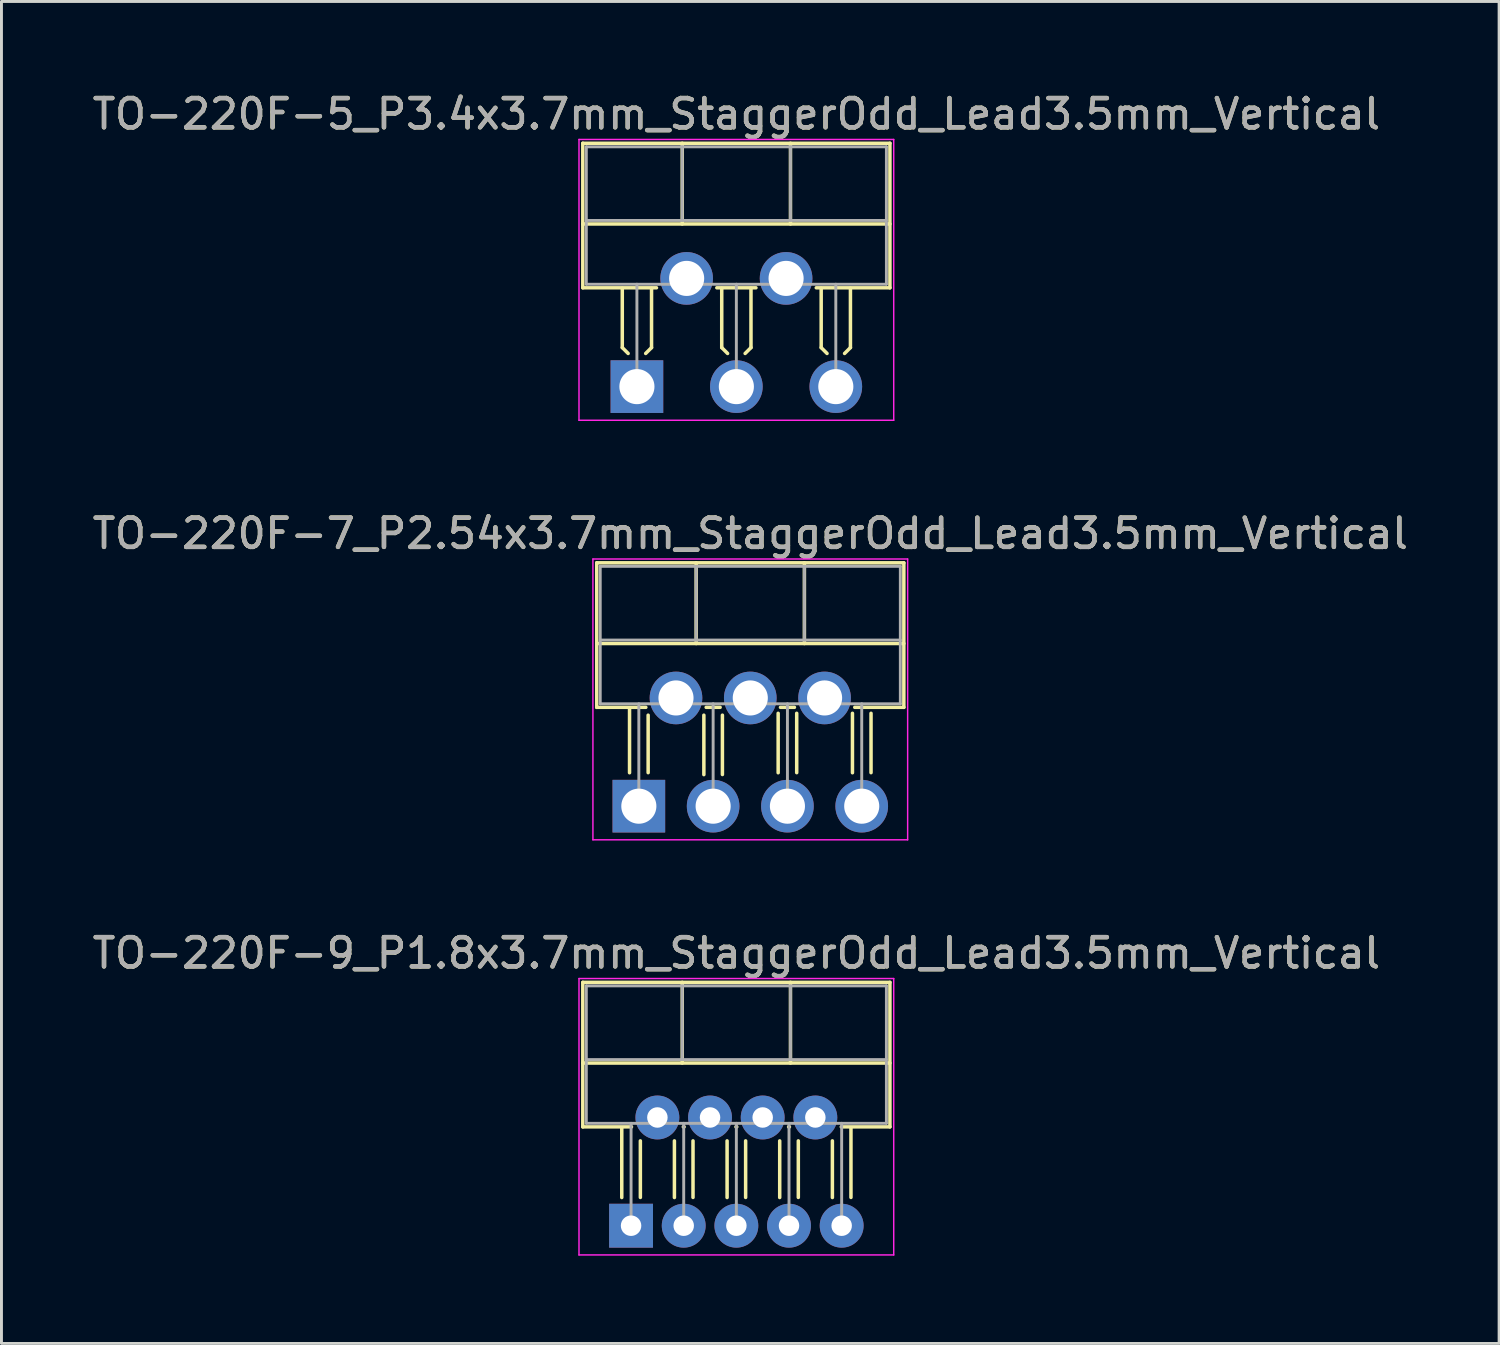
<source format=kicad_pcb>
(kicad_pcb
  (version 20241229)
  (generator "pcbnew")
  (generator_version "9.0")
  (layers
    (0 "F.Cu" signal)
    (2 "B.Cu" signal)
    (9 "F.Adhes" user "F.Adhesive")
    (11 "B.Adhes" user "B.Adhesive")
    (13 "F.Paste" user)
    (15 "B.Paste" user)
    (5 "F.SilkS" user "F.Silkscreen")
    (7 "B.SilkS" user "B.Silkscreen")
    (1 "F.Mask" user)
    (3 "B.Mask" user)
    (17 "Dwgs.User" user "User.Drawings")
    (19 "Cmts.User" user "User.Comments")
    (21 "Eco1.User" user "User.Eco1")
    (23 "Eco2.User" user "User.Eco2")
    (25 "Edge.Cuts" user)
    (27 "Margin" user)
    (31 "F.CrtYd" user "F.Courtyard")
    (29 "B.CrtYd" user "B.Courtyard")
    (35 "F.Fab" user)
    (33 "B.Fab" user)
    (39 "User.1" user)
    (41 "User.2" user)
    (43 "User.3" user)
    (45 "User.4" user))
  (footprint "TO-220F-9_P1.8x3.7mm_StaggerOdd_Lead3.5mm_Vertical"
    (layer "F.Cu")
    (at 18.525 38.855)
    (property "Reference" "TO-220F-9_P1.8x3.7mm_StaggerOdd_Lead3.5mm_Vertical" (at 3.6 -9.32 0) (layer "F.SilkS") (effects (font (size 1 1) (thickness 0.15))))
    (attr through_hole)
    (fp_line (start -1.65 -8.32) (end -1.65 -3.379) (stroke (width 0.12) (type solid)) (layer "F.SilkS"))
    (fp_line (start -1.65 -8.32) (end 8.85 -8.32) (stroke (width 0.12) (type solid)) (layer "F.SilkS"))
    (fp_line (start -1.65 -5.561) (end 8.85 -5.561) (stroke (width 0.12) (type solid)) (layer "F.SilkS"))
    (fp_line (start -1.65 -3.379) (end 0.014 -3.379) (stroke (width 0.12) (type solid)) (layer "F.SilkS"))
    (fp_line (start -0.318 -3.35) (end -0.318 -0.964) (stroke (width 0.12) (type solid)) (layer "F.SilkS"))
    (fp_line (start 0.318 -2.9) (end 0.318 -0.967) (stroke (width 0.12) (type solid)) (layer "F.SilkS"))
    (fp_line (start 1.482 -2.9) (end 1.482 -0.964) (stroke (width 0.12) (type solid)) (layer "F.SilkS"))
    (fp_line (start 1.75 -8.32) (end 1.75 -5.561) (stroke (width 0.12) (type solid)) (layer "F.SilkS"))
    (fp_line (start 1.787 -3.379) (end 1.814 -3.379) (stroke (width 0.12) (type solid)) (layer "F.SilkS"))
    (fp_line (start 2.118 -2.9) (end 2.118 -0.967) (stroke (width 0.12) (type solid)) (layer "F.SilkS"))
    (fp_line (start 3.283 -2.9) (end 3.283 -0.964) (stroke (width 0.12) (type solid)) (layer "F.SilkS"))
    (fp_line (start 3.587 -3.379) (end 3.614 -3.379) (stroke (width 0.12) (type solid)) (layer "F.SilkS"))
    (fp_line (start 3.917 -2.9) (end 3.917 -0.967) (stroke (width 0.12) (type solid)) (layer "F.SilkS"))
    (fp_line (start 5.082 -2.9) (end 5.082 -0.964) (stroke (width 0.12) (type solid)) (layer "F.SilkS"))
    (fp_line (start 5.387 -3.379) (end 5.414 -3.379) (stroke (width 0.12) (type solid)) (layer "F.SilkS"))
    (fp_line (start 5.45 -8.32) (end 5.45 -5.561) (stroke (width 0.12) (type solid)) (layer "F.SilkS"))
    (fp_line (start 5.718 -2.9) (end 5.718 -0.967) (stroke (width 0.12) (type solid)) (layer "F.SilkS"))
    (fp_line (start 6.883 -2.9) (end 6.883 -0.964) (stroke (width 0.12) (type solid)) (layer "F.SilkS"))
    (fp_line (start 7.187 -3.379) (end 8.85 -3.379) (stroke (width 0.12) (type solid)) (layer "F.SilkS"))
    (fp_line (start 7.518 -3.35) (end 7.518 -0.967) (stroke (width 0.12) (type solid)) (layer "F.SilkS"))
    (fp_line (start 8.85 -8.32) (end 8.85 -3.379) (stroke (width 0.12) (type solid)) (layer "F.SilkS"))
    (fp_line (start -1.78 -8.45) (end -1.78 1) (stroke (width 0.05) (type solid)) (layer "F.CrtYd"))
    (fp_line (start -1.78 1) (end 8.98 1) (stroke (width 0.05) (type solid)) (layer "F.CrtYd"))
    (fp_line (start 8.98 -8.45) (end -1.78 -8.45) (stroke (width 0.05) (type solid)) (layer "F.CrtYd"))
    (fp_line (start 8.98 1) (end 8.98 -8.45) (stroke (width 0.05) (type solid)) (layer "F.CrtYd"))
    (fp_line (start -1.53 -8.2) (end -1.53 -3.5) (stroke (width 0.1) (type solid)) (layer "F.Fab"))
    (fp_line (start -1.53 -5.68) (end 8.73 -5.68) (stroke (width 0.1) (type solid)) (layer "F.Fab"))
    (fp_line (start -1.53 -3.5) (end 8.73 -3.5) (stroke (width 0.1) (type solid)) (layer "F.Fab"))
    (fp_line (start 0 -3.5) (end 0 0) (stroke (width 0.1) (type solid)) (layer "F.Fab"))
    (fp_line (start 1.75 -8.2) (end 1.75 -5.68) (stroke (width 0.1) (type solid)) (layer "F.Fab"))
    (fp_line (start 1.8 -3.5) (end 1.8 0) (stroke (width 0.1) (type solid)) (layer "F.Fab"))
    (fp_line (start 3.6 -3.5) (end 3.6 0) (stroke (width 0.1) (type solid)) (layer "F.Fab"))
    (fp_line (start 5.4 -3.5) (end 5.4 0) (stroke (width 0.1) (type solid)) (layer "F.Fab"))
    (fp_line (start 5.45 -8.2) (end 5.45 -5.68) (stroke (width 0.1) (type solid)) (layer "F.Fab"))
    (fp_line (start 7.2 -3.5) (end 7.2 0) (stroke (width 0.1) (type solid)) (layer "F.Fab"))
    (fp_line (start 8.73 -8.2) (end -1.53 -8.2) (stroke (width 0.1) (type solid)) (layer "F.Fab"))
    (fp_line (start 8.73 -3.5) (end 8.73 -8.2) (stroke (width 0.1) (type solid)) (layer "F.Fab"))
    (fp_text user "${REFERENCE}" (at 3.6 -9.32 0) (layer "F.Fab") (effects (font (size 1 1) (thickness 0.15))))
    (pad "1" thru_hole rect (at 0 0) (size 1.5 1.5) (drill 0.7) (layers "*.Cu" "*.Mask"))
    (pad "2" thru_hole oval (at 0.9 -3.7) (size 1.5 1.5) (drill 0.7) (layers "*.Cu" "*.Mask"))
    (pad "3" thru_hole oval (at 1.8 0) (size 1.5 1.5) (drill 0.7) (layers "*.Cu" "*.Mask"))
    (pad "4" thru_hole oval (at 2.7 -3.7) (size 1.5 1.5) (drill 0.7) (layers "*.Cu" "*.Mask"))
    (pad "5" thru_hole oval (at 3.6 0) (size 1.5 1.5) (drill 0.7) (layers "*.Cu" "*.Mask"))
    (pad "6" thru_hole oval (at 4.5 -3.7) (size 1.5 1.5) (drill 0.7) (layers "*.Cu" "*.Mask"))
    (pad "7" thru_hole oval (at 5.4 0) (size 1.5 1.5) (drill 0.7) (layers "*.Cu" "*.Mask"))
    (pad "8" thru_hole oval (at 6.3 -3.7) (size 1.5 1.5) (drill 0.7) (layers "*.Cu" "*.Mask"))
    (pad "9" thru_hole oval (at 7.2 0) (size 1.5 1.5) (drill 0.7) (layers "*.Cu" "*.Mask")))
  (footprint "TO-220F-5_P3.4x3.7mm_StaggerOdd_Lead3.5mm_Vertical"
    (layer "F.Cu")
    (at 18.725 10.168)
    (property "Reference" "TO-220F-5_P3.4x3.7mm_StaggerOdd_Lead3.5mm_Vertical" (at 3.4 -9.32 0) (layer "F.SilkS") (effects (font (size 1 1) (thickness 0.15))))
    (attr through_hole)
    (fp_line (start -1.85 -8.32) (end -1.85 -3.379) (stroke (width 0.12) (type solid)) (layer "F.SilkS"))
    (fp_line (start -1.85 -8.32) (end 8.65 -8.32) (stroke (width 0.12) (type solid)) (layer "F.SilkS"))
    (fp_line (start -1.85 -5.561) (end 8.65 -5.561) (stroke (width 0.12) (type solid)) (layer "F.SilkS"))
    (fp_line (start -1.85 -3.379) (end 0.669 -3.379) (stroke (width 0.12) (type solid)) (layer "F.SilkS"))
    (fp_line (start -0.5 -3.363) (end -0.5 -1.334) (stroke (width 0.12) (type solid)) (layer "F.SilkS"))
    (fp_line (start -0.5 -1.334) (end -0.3 -1.134) (stroke (width 0.12) (type solid)) (layer "F.SilkS"))
    (fp_line (start 0.5 -3.363) (end 0.5 -1.334) (stroke (width 0.12) (type solid)) (layer "F.SilkS"))
    (fp_line (start 0.5 -1.334) (end 0.3 -1.134) (stroke (width 0.12) (type solid)) (layer "F.SilkS"))
    (fp_line (start 1.55 -8.32) (end 1.55 -5.561) (stroke (width 0.12) (type solid)) (layer "F.SilkS"))
    (fp_line (start 2.732 -3.379) (end 4.069 -3.379) (stroke (width 0.12) (type solid)) (layer "F.SilkS"))
    (fp_line (start 2.9 -3.363) (end 2.9 -1.334) (stroke (width 0.12) (type solid)) (layer "F.SilkS"))
    (fp_line (start 2.9 -1.334) (end 3.1 -1.134) (stroke (width 0.12) (type solid)) (layer "F.SilkS"))
    (fp_line (start 3.9 -3.363) (end 3.9 -1.334) (stroke (width 0.12) (type solid)) (layer "F.SilkS"))
    (fp_line (start 3.9 -1.334) (end 3.7 -1.134) (stroke (width 0.12) (type solid)) (layer "F.SilkS"))
    (fp_line (start 5.25 -8.32) (end 5.25 -5.561) (stroke (width 0.12) (type solid)) (layer "F.SilkS"))
    (fp_line (start 6.132 -3.379) (end 8.65 -3.379) (stroke (width 0.12) (type solid)) (layer "F.SilkS"))
    (fp_line (start 6.3 -3.363) (end 6.3 -1.334) (stroke (width 0.12) (type solid)) (layer "F.SilkS"))
    (fp_line (start 6.3 -1.334) (end 6.5 -1.134) (stroke (width 0.12) (type solid)) (layer "F.SilkS"))
    (fp_line (start 7.3 -3.363) (end 7.3 -1.334) (stroke (width 0.12) (type solid)) (layer "F.SilkS"))
    (fp_line (start 7.3 -1.334) (end 7.1 -1.134) (stroke (width 0.12) (type solid)) (layer "F.SilkS"))
    (fp_line (start 8.65 -8.32) (end 8.65 -3.379) (stroke (width 0.12) (type solid)) (layer "F.SilkS"))
    (fp_line (start -1.98 -8.45) (end -1.98 1.15) (stroke (width 0.05) (type solid)) (layer "F.CrtYd"))
    (fp_line (start -1.98 1.15) (end 8.78 1.15) (stroke (width 0.05) (type solid)) (layer "F.CrtYd"))
    (fp_line (start 8.78 -8.45) (end -1.98 -8.45) (stroke (width 0.05) (type solid)) (layer "F.CrtYd"))
    (fp_line (start 8.78 1.15) (end 8.78 -8.45) (stroke (width 0.05) (type solid)) (layer "F.CrtYd"))
    (fp_line (start -1.73 -8.2) (end -1.73 -3.5) (stroke (width 0.1) (type solid)) (layer "F.Fab"))
    (fp_line (start -1.73 -5.68) (end 8.53 -5.68) (stroke (width 0.1) (type solid)) (layer "F.Fab"))
    (fp_line (start -1.73 -3.5) (end 8.53 -3.5) (stroke (width 0.1) (type solid)) (layer "F.Fab"))
    (fp_line (start 0 -3.5) (end 0 0) (stroke (width 0.1) (type solid)) (layer "F.Fab"))
    (fp_line (start 1.55 -8.2) (end 1.55 -5.68) (stroke (width 0.1) (type solid)) (layer "F.Fab"))
    (fp_line (start 3.4 -3.5) (end 3.4 0) (stroke (width 0.1) (type solid)) (layer "F.Fab"))
    (fp_line (start 5.25 -8.2) (end 5.25 -5.68) (stroke (width 0.1) (type solid)) (layer "F.Fab"))
    (fp_line (start 6.8 -3.5) (end 6.8 0) (stroke (width 0.1) (type solid)) (layer "F.Fab"))
    (fp_line (start 8.53 -8.2) (end -1.73 -8.2) (stroke (width 0.1) (type solid)) (layer "F.Fab"))
    (fp_line (start 8.53 -3.5) (end 8.53 -8.2) (stroke (width 0.1) (type solid)) (layer "F.Fab"))
    (fp_text user "${REFERENCE}" (at 3.4 -9.32 0) (layer "F.Fab") (effects (font (size 1 1) (thickness 0.15))))
    (pad "1" thru_hole rect (at 0 0) (size 1.8 1.8) (drill 1.2) (layers "*.Cu" "*.Mask"))
    (pad "2" thru_hole oval (at 1.7 -3.7) (size 1.8 1.8) (drill 1.2) (layers "*.Cu" "*.Mask"))
    (pad "3" thru_hole oval (at 3.4 0) (size 1.8 1.8) (drill 1.2) (layers "*.Cu" "*.Mask"))
    (pad "4" thru_hole oval (at 5.1 -3.7) (size 1.8 1.8) (drill 1.2) (layers "*.Cu" "*.Mask"))
    (pad "5" thru_hole oval (at 6.8 0) (size 1.8 1.8) (drill 1.2) (layers "*.Cu" "*.Mask")))
  (footprint "TO-220F-7_P2.54x3.7mm_StaggerOdd_Lead3.5mm_Vertical"
    (layer "F.Cu")
    (at 18.791 24.512)
    (property "Reference" "TO-220F-7_P2.54x3.7mm_StaggerOdd_Lead3.5mm_Vertical" (at 3.81 -9.32 0) (layer "F.SilkS") (effects (font (size 1 1) (thickness 0.15))))
    (attr through_hole)
    (fp_line (start -1.44 -8.32) (end -1.44 -3.379) (stroke (width 0.12) (type solid)) (layer "F.SilkS"))
    (fp_line (start -1.44 -8.32) (end 9.06 -8.32) (stroke (width 0.12) (type solid)) (layer "F.SilkS"))
    (fp_line (start -1.44 -5.561) (end 9.06 -5.561) (stroke (width 0.12) (type solid)) (layer "F.SilkS"))
    (fp_line (start -1.44 -3.379) (end 0.239 -3.379) (stroke (width 0.12) (type solid)) (layer "F.SilkS"))
    (fp_line (start -0.318 -3.365) (end -0.318 -1.143) (stroke (width 0.12) (type solid)) (layer "F.SilkS"))
    (fp_line (start 0.318 -3.111) (end 0.318 -1.146) (stroke (width 0.12) (type solid)) (layer "F.SilkS"))
    (fp_line (start 1.96 -8.32) (end 1.96 -5.561) (stroke (width 0.12) (type solid)) (layer "F.SilkS"))
    (fp_line (start 2.223 -3.111) (end 2.223 -1.079) (stroke (width 0.12) (type solid)) (layer "F.SilkS"))
    (fp_line (start 2.302 -3.379) (end 2.779 -3.379) (stroke (width 0.12) (type solid)) (layer "F.SilkS"))
    (fp_line (start 2.857 -3.111) (end 2.857 -1.083) (stroke (width 0.12) (type solid)) (layer "F.SilkS"))
    (fp_line (start 4.763 -3.175) (end 4.763 -1.143) (stroke (width 0.12) (type solid)) (layer "F.SilkS"))
    (fp_line (start 4.842 -3.379) (end 5.319 -3.379) (stroke (width 0.12) (type solid)) (layer "F.SilkS"))
    (fp_line (start 5.397 -3.175) (end 5.397 -1.146) (stroke (width 0.12) (type solid)) (layer "F.SilkS"))
    (fp_line (start 5.66 -8.32) (end 5.66 -5.561) (stroke (width 0.12) (type solid)) (layer "F.SilkS"))
    (fp_line (start 7.303 -3.175) (end 7.303 -1.143) (stroke (width 0.12) (type solid)) (layer "F.SilkS"))
    (fp_line (start 7.382 -3.379) (end 9.06 -3.379) (stroke (width 0.12) (type solid)) (layer "F.SilkS"))
    (fp_line (start 7.938 -3.175) (end 7.938 -1.146) (stroke (width 0.12) (type solid)) (layer "F.SilkS"))
    (fp_line (start 9.06 -8.32) (end 9.06 -3.379) (stroke (width 0.12) (type solid)) (layer "F.SilkS"))
    (fp_line (start -1.57 -8.45) (end -1.57 1.15) (stroke (width 0.05) (type solid)) (layer "F.CrtYd"))
    (fp_line (start -1.57 1.15) (end 9.19 1.15) (stroke (width 0.05) (type solid)) (layer "F.CrtYd"))
    (fp_line (start 9.19 -8.45) (end -1.57 -8.45) (stroke (width 0.05) (type solid)) (layer "F.CrtYd"))
    (fp_line (start 9.19 1.15) (end 9.19 -8.45) (stroke (width 0.05) (type solid)) (layer "F.CrtYd"))
    (fp_line (start -1.32 -8.2) (end -1.32 -3.5) (stroke (width 0.1) (type solid)) (layer "F.Fab"))
    (fp_line (start -1.32 -5.68) (end 8.94 -5.68) (stroke (width 0.1) (type solid)) (layer "F.Fab"))
    (fp_line (start -1.32 -3.5) (end 8.94 -3.5) (stroke (width 0.1) (type solid)) (layer "F.Fab"))
    (fp_line (start 0 -3.5) (end 0 0) (stroke (width 0.1) (type solid)) (layer "F.Fab"))
    (fp_line (start 1.96 -8.2) (end 1.96 -5.68) (stroke (width 0.1) (type solid)) (layer "F.Fab"))
    (fp_line (start 2.54 -3.5) (end 2.54 0) (stroke (width 0.1) (type solid)) (layer "F.Fab"))
    (fp_line (start 5.08 -3.5) (end 5.08 0) (stroke (width 0.1) (type solid)) (layer "F.Fab"))
    (fp_line (start 5.66 -8.2) (end 5.66 -5.68) (stroke (width 0.1) (type solid)) (layer "F.Fab"))
    (fp_line (start 7.62 -3.5) (end 7.62 0) (stroke (width 0.1) (type solid)) (layer "F.Fab"))
    (fp_line (start 8.94 -8.2) (end -1.32 -8.2) (stroke (width 0.1) (type solid)) (layer "F.Fab"))
    (fp_line (start 8.94 -3.5) (end 8.94 -8.2) (stroke (width 0.1) (type solid)) (layer "F.Fab"))
    (fp_text user "${REFERENCE}" (at 3.81 -9.32 0) (layer "F.Fab") (effects (font (size 1 1) (thickness 0.15))))
    (pad "1" thru_hole rect (at 0 0) (size 1.8 1.8) (drill 1.2) (layers "*.Cu" "*.Mask"))
    (pad "2" thru_hole oval (at 1.27 -3.7) (size 1.8 1.8) (drill 1.2) (layers "*.Cu" "*.Mask"))
    (pad "3" thru_hole oval (at 2.54 0) (size 1.8 1.8) (drill 1.2) (layers "*.Cu" "*.Mask"))
    (pad "4" thru_hole oval (at 3.81 -3.7) (size 1.8 1.8) (drill 1.2) (layers "*.Cu" "*.Mask"))
    (pad "5" thru_hole oval (at 5.08 0) (size 1.8 1.8) (drill 1.2) (layers "*.Cu" "*.Mask"))
    (pad "6" thru_hole oval (at 6.35 -3.7) (size 1.8 1.8) (drill 1.2) (layers "*.Cu" "*.Mask"))
    (pad "7" thru_hole oval (at 7.62 0) (size 1.8 1.8) (drill 1.2) (layers "*.Cu" "*.Mask")))
  (gr_rect
    (start -3 -3)
    (end 48.202 42.88)
    (stroke (width 0.1) (type default))
    (fill no)
    (layer "Edge.Cuts")))
</source>
